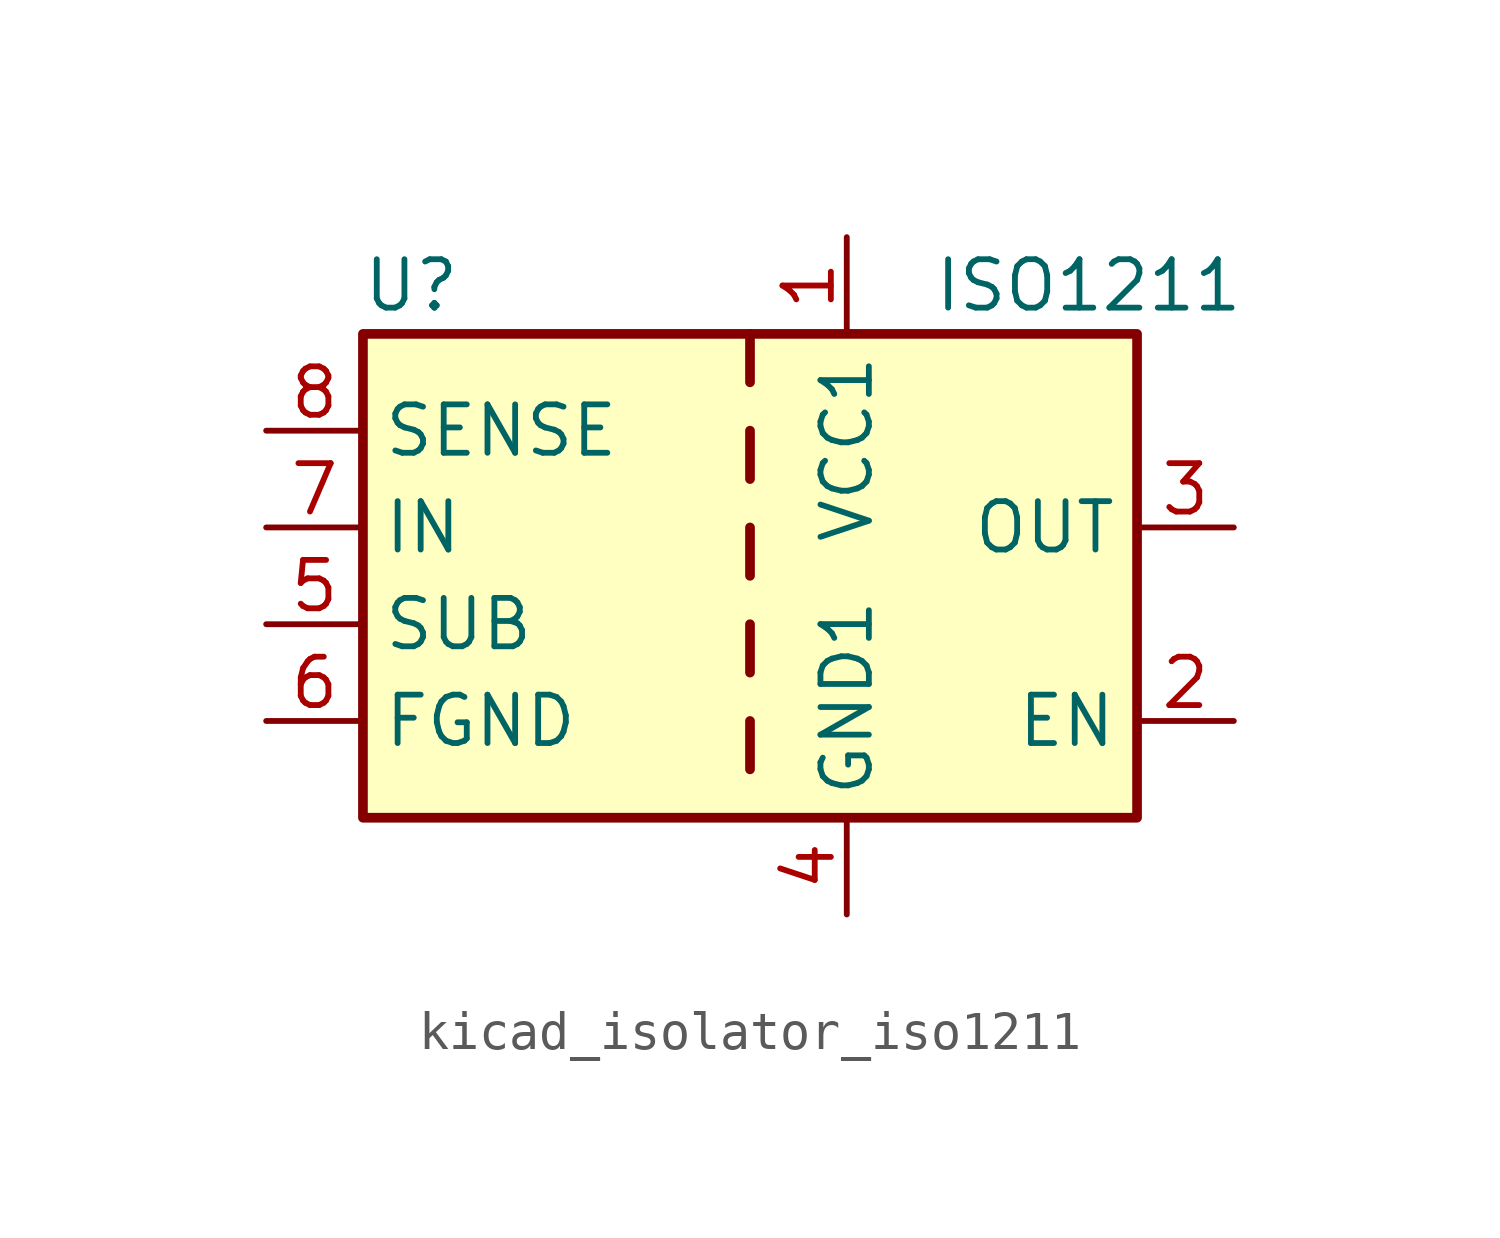
<source format=kicad_sym>
(kicad_symbol_lib
  (version 20220914)
  (generator kicad_symbol_editor)
  (symbol "kicad_isolator_iso1211"
    (property "Reference" "U"
      (at -8.89 6.35 0)
      (effects (font (size 1.27 1.27))))
    (property "Value" "ISO1211"
      (at 8.89 6.35 0)
      (effects (font (size 1.27 1.27))))
    (symbol "kicad_isolator_iso1211_0_1"
      (rectangle (start -10.16 5.08) (end 10.16 -7.62) (stroke (width 0.254) (type default)) (fill (type background)))
      (polyline (pts (xy 0 -6.35) (xy 0 -5.08)) (stroke (width 0.254) (type default)) (fill (type none)))
      (polyline (pts (xy 0 -3.81) (xy 0 -2.54)) (stroke (width 0.254) (type default)) (fill (type none)))
      (polyline (pts (xy 0 -1.27) (xy 0 0)) (stroke (width 0.254) (type default)) (fill (type none)))
      (polyline (pts (xy 0 1.27) (xy 0 2.54)) (stroke (width 0.254) (type default)) (fill (type none)))
      (polyline (pts (xy 0 3.81) (xy 0 5.08)) (stroke (width 0.254) (type default)) (fill (type none))))
    (symbol "kicad_isolator_iso1211_1_1"
      (pin power_in line (at 2.54 7.62 270) (length 2.54) (name "VCC1" (effects (font (size 1.27 1.27)))) (number "1" (effects (font (size 1.27 1.27)))))
      (pin input line (at 12.7 -5.08 180) (length 2.54) (name "EN" (effects (font (size 1.27 1.27)))) (number "2" (effects (font (size 1.27 1.27)))))
      (pin tri_state line (at 12.7 0 180) (length 2.54) (name "OUT" (effects (font (size 1.27 1.27)))) (number "3" (effects (font (size 1.27 1.27)))))
      (pin power_in line (at 2.54 -10.16 90) (length 2.54) (name "GND1" (effects (font (size 1.27 1.27)))) (number "4" (effects (font (size 1.27 1.27)))))
      (pin passive line (at -12.7 -2.54 0) (length 2.54) (name "SUB" (effects (font (size 1.27 1.27)))) (number "5" (effects (font (size 1.27 1.27)))))
      (pin power_in line (at -12.7 -5.08 0) (length 2.54) (name "FGND" (effects (font (size 1.27 1.27)))) (number "6" (effects (font (size 1.27 1.27)))))
      (pin input line (at -12.7 0 0) (length 2.54) (name "IN" (effects (font (size 1.27 1.27)))) (number "7" (effects (font (size 1.27 1.27)))))
      (pin input line (at -12.7 2.54 0) (length 2.54) (name "SENSE" (effects (font (size 1.27 1.27)))) (number "8" (effects (font (size 1.27 1.27))))))))
</source>
